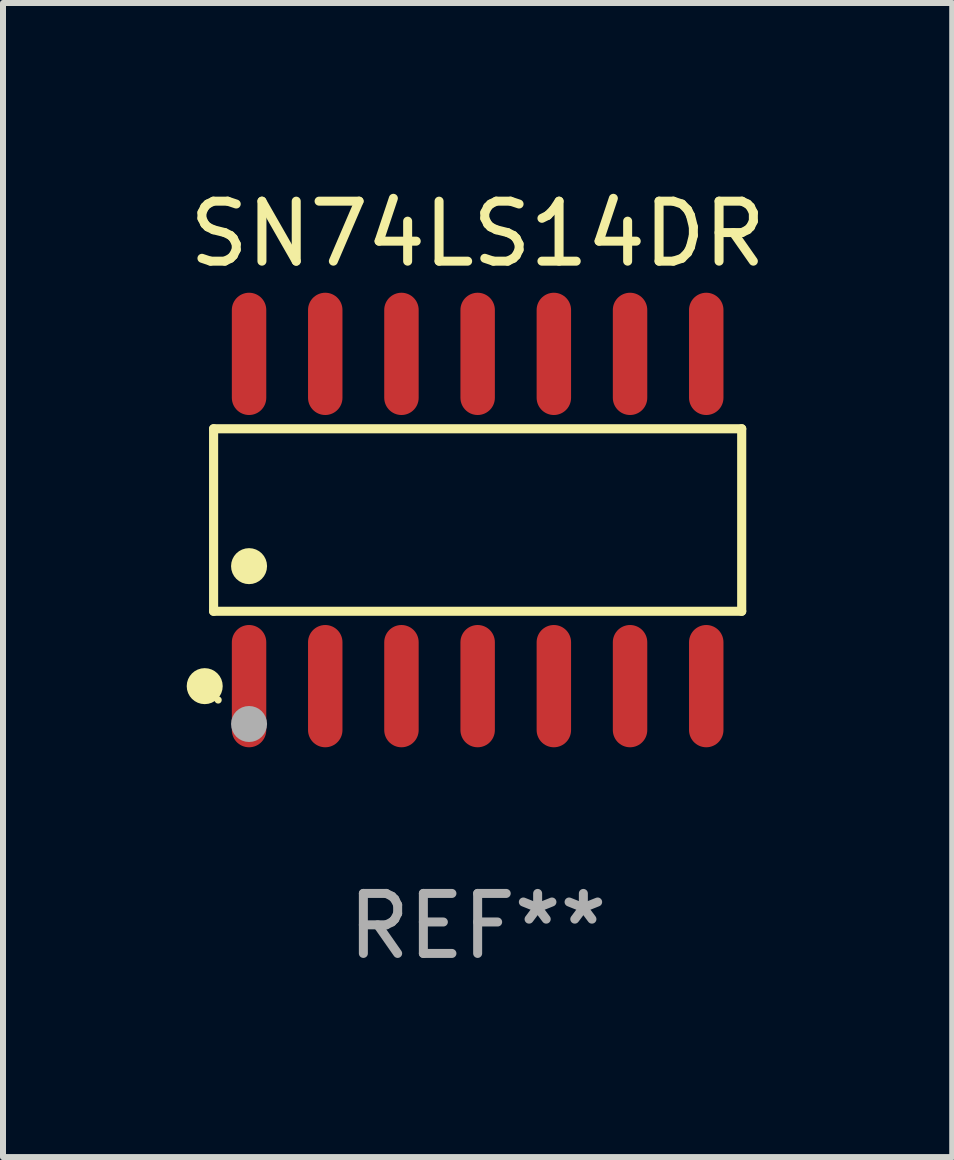
<source format=kicad_pcb>
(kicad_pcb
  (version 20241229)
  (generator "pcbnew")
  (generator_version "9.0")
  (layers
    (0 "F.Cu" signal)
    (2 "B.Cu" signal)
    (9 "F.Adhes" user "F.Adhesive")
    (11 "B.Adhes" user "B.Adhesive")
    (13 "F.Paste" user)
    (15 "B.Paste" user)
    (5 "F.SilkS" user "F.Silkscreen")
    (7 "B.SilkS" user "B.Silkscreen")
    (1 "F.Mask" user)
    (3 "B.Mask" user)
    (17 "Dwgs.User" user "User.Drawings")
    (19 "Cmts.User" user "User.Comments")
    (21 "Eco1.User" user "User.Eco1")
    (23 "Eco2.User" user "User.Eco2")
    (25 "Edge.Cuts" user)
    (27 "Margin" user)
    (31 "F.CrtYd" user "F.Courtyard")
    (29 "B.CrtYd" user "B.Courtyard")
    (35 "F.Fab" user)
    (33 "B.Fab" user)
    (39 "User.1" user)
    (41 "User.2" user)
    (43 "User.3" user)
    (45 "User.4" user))
  (footprint "SN74LS14DR"
    (layer "F.Cu")
    (at 4.911 5.617)
    (property "Reference" "SN74LS14DR" (at 0 -4.769 0) (layer "F.SilkS") (effects (font (size 1 1) (thickness 0.15))))
    (attr through_hole)
    (fp_line (start -4.401 -1.521) (end 4.401 -1.521) (stroke (width 0.152) (type solid)) (layer "F.SilkS"))
    (fp_line (start -4.401 1.521) (end -4.401 -1.521) (stroke (width 0.152) (type solid)) (layer "F.SilkS"))
    (fp_line (start 4.401 -1.521) (end 4.401 1.521) (stroke (width 0.152) (type solid)) (layer "F.SilkS"))
    (fp_line (start 4.401 1.521) (end -4.401 1.521) (stroke (width 0.152) (type solid)) (layer "F.SilkS"))
    (fp_circle (center -4.549 2.769) (end -4.399 2.769) (stroke (width 0.3) (type solid)) (fill no) (layer "F.SilkS"))
    (fp_circle (center -4.325 3) (end -4.295 3) (stroke (width 0.06) (type solid)) (fill no) (layer "F.SilkS"))
    (fp_circle (center -3.81 0.769) (end -3.66 0.769) (stroke (width 0.3) (type solid)) (fill no) (layer "F.SilkS"))
    (fp_circle (center -3.81 3.4) (end -3.66 3.4) (stroke (width 0.3) (type solid)) (fill no) (layer "F.Fab"))
    (fp_text user "REF**" (at 0 6.769 0) (layer "F.Fab") (effects (font (size 1 1) (thickness 0.15))))
    (pad "1" smd oval (at -3.81 2.769) (size 0.574 2.038) (layers "F.Cu" "F.Mask" "F.Paste"))
    (pad "2" smd oval (at -2.54 2.769) (size 0.574 2.038) (layers "F.Cu" "F.Mask" "F.Paste"))
    (pad "3" smd oval (at -1.27 2.769) (size 0.574 2.038) (layers "F.Cu" "F.Mask" "F.Paste"))
    (pad "4" smd oval (at 0 2.769) (size 0.574 2.038) (layers "F.Cu" "F.Mask" "F.Paste"))
    (pad "5" smd oval (at 1.27 2.769) (size 0.574 2.038) (layers "F.Cu" "F.Mask" "F.Paste"))
    (pad "6" smd oval (at 2.54 2.769) (size 0.574 2.038) (layers "F.Cu" "F.Mask" "F.Paste"))
    (pad "7" smd oval (at 3.81 2.769) (size 0.574 2.038) (layers "F.Cu" "F.Mask" "F.Paste"))
    (pad "8" smd oval (at 3.81 -2.769) (size 0.574 2.038) (layers "F.Cu" "F.Mask" "F.Paste"))
    (pad "9" smd oval (at 2.54 -2.769) (size 0.574 2.038) (layers "F.Cu" "F.Mask" "F.Paste"))
    (pad "10" smd oval (at 1.27 -2.769) (size 0.574 2.038) (layers "F.Cu" "F.Mask" "F.Paste"))
    (pad "11" smd oval (at 0 -2.769) (size 0.574 2.038) (layers "F.Cu" "F.Mask" "F.Paste"))
    (pad "12" smd oval (at -1.27 -2.769) (size 0.574 2.038) (layers "F.Cu" "F.Mask" "F.Paste"))
    (pad "13" smd oval (at -2.54 -2.769) (size 0.574 2.038) (layers "F.Cu" "F.Mask" "F.Paste"))
    (pad "14" smd oval (at -3.81 -2.769) (size 0.574 2.038) (layers "F.Cu" "F.Mask" "F.Paste")))
  (gr_rect
    (start -3 -3)
    (end 12.821 16.235)
    (stroke (width 0.1) (type default))
    (fill no)
    (layer "Edge.Cuts")))
</source>
